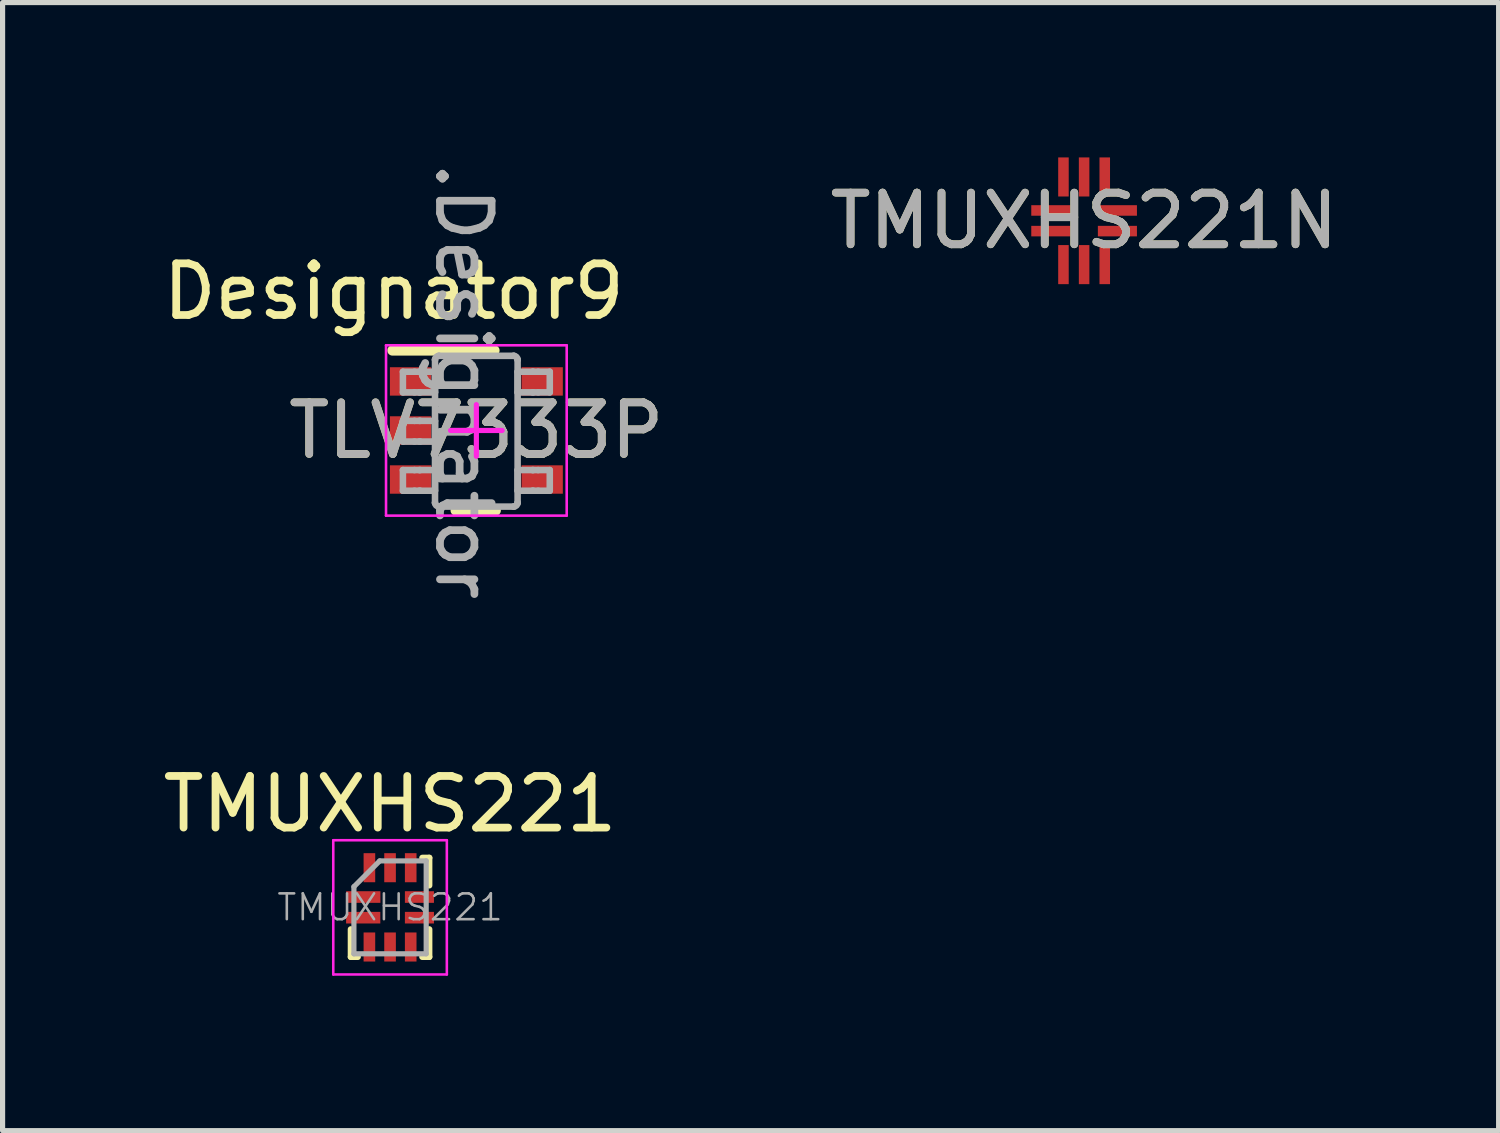
<source format=kicad_pcb>
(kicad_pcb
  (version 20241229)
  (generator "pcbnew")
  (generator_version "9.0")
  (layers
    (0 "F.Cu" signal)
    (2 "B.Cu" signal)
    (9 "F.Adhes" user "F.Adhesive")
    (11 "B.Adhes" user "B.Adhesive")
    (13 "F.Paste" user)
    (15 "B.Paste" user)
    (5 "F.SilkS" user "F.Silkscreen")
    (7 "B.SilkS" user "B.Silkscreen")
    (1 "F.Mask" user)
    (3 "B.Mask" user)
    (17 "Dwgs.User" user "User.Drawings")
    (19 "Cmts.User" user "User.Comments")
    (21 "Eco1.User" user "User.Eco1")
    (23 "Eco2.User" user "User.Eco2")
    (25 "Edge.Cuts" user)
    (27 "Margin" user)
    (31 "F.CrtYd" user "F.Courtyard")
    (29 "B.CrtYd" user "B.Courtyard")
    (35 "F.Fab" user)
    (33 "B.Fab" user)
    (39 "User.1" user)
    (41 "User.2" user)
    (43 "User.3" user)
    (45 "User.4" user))
  (footprint "TMUXHS221"
    (layer "F.Cu")
    (at 4.506 14.527)
    (property "Reference" "TMUXHS221" (at 0 -2 0) (layer "F.SilkS") (effects (font (size 1 1) (thickness 0.15))))
    (attr smd)
    (fp_line (start -0.76 0.96) (end -0.76 0.425) (stroke (width 0.12) (type solid)) (layer "F.SilkS"))
    (fp_line (start -0.625 0.96) (end -0.76 0.96) (stroke (width 0.12) (type solid)) (layer "F.SilkS"))
    (fp_line (start 0.76 -0.96) (end 0.625 -0.96) (stroke (width 0.12) (type solid)) (layer "F.SilkS"))
    (fp_line (start 0.76 -0.425) (end 0.76 -0.96) (stroke (width 0.12) (type solid)) (layer "F.SilkS"))
    (fp_line (start 0.76 0.96) (end 0.625 0.96) (stroke (width 0.12) (type solid)) (layer "F.SilkS"))
    (fp_line (start 0.76 0.96) (end 0.76 0.425) (stroke (width 0.12) (type solid)) (layer "F.SilkS"))
    (fp_line (start -1.1 1.3) (end -1.1 -1.3) (stroke (width 0.05) (type solid)) (layer "F.CrtYd"))
    (fp_line (start -1.1 1.3) (end 1.1 1.3) (stroke (width 0.05) (type solid)) (layer "F.CrtYd"))
    (fp_line (start 1.1 -1.3) (end -1.1 -1.3) (stroke (width 0.05) (type solid)) (layer "F.CrtYd"))
    (fp_line (start 1.1 -1.3) (end 1.1 1.3) (stroke (width 0.05) (type solid)) (layer "F.CrtYd"))
    (fp_line (start -0.7 -0.4) (end -0.7 0.9) (stroke (width 0.1) (type solid)) (layer "F.Fab"))
    (fp_line (start -0.7 0.9) (end 0.7 0.9) (stroke (width 0.1) (type solid)) (layer "F.Fab"))
    (fp_line (start -0.2 -0.9) (end -0.7 -0.4) (stroke (width 0.1) (type solid)) (layer "F.Fab"))
    (fp_line (start -0.2 -0.9) (end 0.7 -0.9) (stroke (width 0.1) (type solid)) (layer "F.Fab"))
    (fp_line (start 0.7 -0.9) (end 0.7 0.9) (stroke (width 0.1) (type solid)) (layer "F.Fab"))
    (fp_text user "${REFERENCE}" (at 0 0 0) (layer "F.Fab") (effects (font (size 0.5 0.5) (thickness 0.05))))
    (pad "1" smd rect (at -0.518 -0.2) (size 0.663 0.225) (layers "F.Cu" "F.Mask" "F.Paste"))
    (pad "2" smd rect (at -0.52 0.2) (size 0.663 0.225) (layers "F.Cu" "F.Mask" "F.Paste"))
    (pad "3" smd rect (at -0.4 0.768) (size 0.225 0.563) (layers "F.Cu" "F.Mask" "F.Paste"))
    (pad "4" smd rect (at 0 0.768) (size 0.225 0.563) (layers "F.Cu" "F.Mask" "F.Paste"))
    (pad "5" smd rect (at 0.4 0.768) (size 0.225 0.563) (layers "F.Cu" "F.Mask" "F.Paste"))
    (pad "6" smd rect (at 0.569 0.2) (size 0.563 0.225) (layers "F.Cu" "F.Mask" "F.Paste"))
    (pad "7" smd rect (at 0.569 -0.2) (size 0.563 0.225) (layers "F.Cu" "F.Mask" "F.Paste"))
    (pad "8" smd rect (at 0.4 -0.768) (size 0.225 0.563) (layers "F.Cu" "F.Mask" "F.Paste"))
    (pad "9" smd rect (at 0 -0.768) (size 0.225 0.563) (layers "F.Cu" "F.Mask" "F.Paste"))
    (pad "10" smd rect (at -0.4 -0.768) (size 0.225 0.563) (layers "F.Cu" "F.Mask" "F.Paste")))
  (footprint "TLV7333P"
    (layer "F.Cu")
    (at 6.178 5.289)
    (property "Reference" "TLV7333P" (at 0 0 0) (unlocked yes) (layer "F.SilkS") (effects (font (size 1 1) (thickness 0.15))))
    (attr smd)
    (fp_line (start -1.625 -1.55) (end 0.35 -1.55) (stroke (width 0.2) (type solid)) (layer "F.SilkS"))
    (fp_line (start -0.4 1.55) (end 0.375 1.55) (stroke (width 0.2) (type solid)) (layer "F.SilkS"))
    (fp_line (start -1.75 -1.65) (end 1.75 -1.65) (stroke (width 0.05) (type solid)) (layer "F.CrtYd"))
    (fp_line (start -1.75 1.65) (end -1.75 -1.65) (stroke (width 0.05) (type solid)) (layer "F.CrtYd"))
    (fp_line (start -1.75 1.65) (end 1.75 1.65) (stroke (width 0.05) (type solid)) (layer "F.CrtYd"))
    (fp_line (start -0.5 0) (end 0.5 0) (stroke (width 0.1) (type solid)) (layer "F.CrtYd"))
    (fp_line (start 0 0.5) (end 0 -0.5) (stroke (width 0.1) (type solid)) (layer "F.CrtYd"))
    (fp_line (start 1.75 1.65) (end 1.75 -1.65) (stroke (width 0.05) (type solid)) (layer "F.CrtYd"))
    (fp_line (start -1.423 -1.138) (end -1.199 -1.138) (stroke (width 0.127) (type solid)) (layer "F.Fab"))
    (fp_line (start -1.423 -0.738) (end -1.423 -1.138) (stroke (width 0.127) (type solid)) (layer "F.Fab"))
    (fp_line (start -1.423 -0.738) (end -1.199 -0.738) (stroke (width 0.127) (type solid)) (layer "F.Fab"))
    (fp_line (start -1.423 -0.186) (end -1.199 -0.186) (stroke (width 0.127) (type solid)) (layer "F.Fab"))
    (fp_line (start -1.423 0.215) (end -1.423 -0.186) (stroke (width 0.127) (type solid)) (layer "F.Fab"))
    (fp_line (start -1.423 0.215) (end -1.199 0.215) (stroke (width 0.127) (type solid)) (layer "F.Fab"))
    (fp_line (start -1.423 0.767) (end -1.199 0.767) (stroke (width 0.127) (type solid)) (layer "F.Fab"))
    (fp_line (start -1.423 1.167) (end -1.423 0.767) (stroke (width 0.127) (type solid)) (layer "F.Fab"))
    (fp_line (start -1.423 1.167) (end -1.199 1.167) (stroke (width 0.127) (type solid)) (layer "F.Fab"))
    (fp_line (start -1.199 -1.138) (end -1.105 -1.138) (stroke (width 0.127) (type solid)) (layer "F.Fab"))
    (fp_line (start -1.199 -0.738) (end -1.105 -0.738) (stroke (width 0.127) (type solid)) (layer "F.Fab"))
    (fp_line (start -1.199 -0.186) (end -1.105 -0.186) (stroke (width 0.127) (type solid)) (layer "F.Fab"))
    (fp_line (start -1.199 0.215) (end -1.105 0.215) (stroke (width 0.127) (type solid)) (layer "F.Fab"))
    (fp_line (start -1.199 0.767) (end -1.105 0.767) (stroke (width 0.127) (type solid)) (layer "F.Fab"))
    (fp_line (start -1.199 1.167) (end -1.105 1.167) (stroke (width 0.127) (type solid)) (layer "F.Fab"))
    (fp_line (start -1.105 -1.138) (end -1.088 -1.138) (stroke (width 0.127) (type solid)) (layer "F.Fab"))
    (fp_line (start -1.105 -0.738) (end -1.088 -0.738) (stroke (width 0.127) (type solid)) (layer "F.Fab"))
    (fp_line (start -1.105 -0.186) (end -1.088 -0.186) (stroke (width 0.127) (type solid)) (layer "F.Fab"))
    (fp_line (start -1.105 0.215) (end -1.088 0.215) (stroke (width 0.127) (type solid)) (layer "F.Fab"))
    (fp_line (start -1.105 0.767) (end -1.088 0.767) (stroke (width 0.127) (type solid)) (layer "F.Fab"))
    (fp_line (start -1.105 1.167) (end -1.088 1.167) (stroke (width 0.127) (type solid)) (layer "F.Fab"))
    (fp_line (start -1.088 -1.138) (end -0.835 -1.138) (stroke (width 0.127) (type solid)) (layer "F.Fab"))
    (fp_line (start -1.088 -0.738) (end -0.835 -0.738) (stroke (width 0.127) (type solid)) (layer "F.Fab"))
    (fp_line (start -1.088 -0.186) (end -0.835 -0.186) (stroke (width 0.127) (type solid)) (layer "F.Fab"))
    (fp_line (start -1.088 0.215) (end -0.835 0.215) (stroke (width 0.127) (type solid)) (layer "F.Fab"))
    (fp_line (start -1.088 0.767) (end -0.835 0.767) (stroke (width 0.127) (type solid)) (layer "F.Fab"))
    (fp_line (start -1.088 1.167) (end -0.835 1.167) (stroke (width 0.127) (type solid)) (layer "F.Fab"))
    (fp_line (start -0.835 -1.138) (end -0.801 -1.138) (stroke (width 0.127) (type solid)) (layer "F.Fab"))
    (fp_line (start -0.835 -0.738) (end -0.801 -0.738) (stroke (width 0.127) (type solid)) (layer "F.Fab"))
    (fp_line (start -0.835 -0.186) (end -0.801 -0.186) (stroke (width 0.127) (type solid)) (layer "F.Fab"))
    (fp_line (start -0.835 0.215) (end -0.801 0.215) (stroke (width 0.127) (type solid)) (layer "F.Fab"))
    (fp_line (start -0.835 0.767) (end -0.801 0.767) (stroke (width 0.127) (type solid)) (layer "F.Fab"))
    (fp_line (start -0.835 1.167) (end -0.801 1.167) (stroke (width 0.127) (type solid)) (layer "F.Fab"))
    (fp_line (start -0.801 -1.37) (end -0.801 -1.371) (stroke (width 0.127) (type solid)) (layer "F.Fab"))
    (fp_line (start -0.801 -0.738) (end -0.801 -1.138) (stroke (width 0.127) (type solid)) (layer "F.Fab"))
    (fp_line (start -0.801 0.215) (end -0.801 -0.186) (stroke (width 0.127) (type solid)) (layer "F.Fab"))
    (fp_line (start -0.801 1.167) (end -0.801 0.767) (stroke (width 0.127) (type solid)) (layer "F.Fab"))
    (fp_line (start -0.801 1.399) (end -0.801 -1.37) (stroke (width 0.127) (type solid)) (layer "F.Fab"))
    (fp_line (start -0.801 1.4) (end -0.801 1.399) (stroke (width 0.127) (type solid)) (layer "F.Fab"))
    (fp_line (start -0.725 -1.446) (end -0.725 -1.446) (stroke (width 0.127) (type solid)) (layer "F.Fab"))
    (fp_line (start -0.725 1.475) (end -0.725 1.475) (stroke (width 0.127) (type solid)) (layer "F.Fab"))
    (fp_line (start -0.725 -1.446) (end 0.723 -1.446) (stroke (width 0.127) (type solid)) (layer "F.Fab"))
    (fp_line (start -0.725 1.475) (end 0.723 1.475) (stroke (width 0.127) (type solid)) (layer "F.Fab"))
    (fp_line (start 0.723 -1.446) (end 0.724 -1.446) (stroke (width 0.127) (type solid)) (layer "F.Fab"))
    (fp_line (start 0.723 1.475) (end 0.724 1.475) (stroke (width 0.127) (type solid)) (layer "F.Fab"))
    (fp_line (start 0.799 -1.37) (end 0.799 -1.371) (stroke (width 0.127) (type solid)) (layer "F.Fab"))
    (fp_line (start 0.799 -1.138) (end 0.834 -1.138) (stroke (width 0.127) (type solid)) (layer "F.Fab"))
    (fp_line (start 0.799 -0.738) (end 0.799 -1.138) (stroke (width 0.127) (type solid)) (layer "F.Fab"))
    (fp_line (start 0.799 -0.738) (end 0.834 -0.738) (stroke (width 0.127) (type solid)) (layer "F.Fab"))
    (fp_line (start 0.799 0.767) (end 0.834 0.767) (stroke (width 0.127) (type solid)) (layer "F.Fab"))
    (fp_line (start 0.799 1.167) (end 0.799 0.767) (stroke (width 0.127) (type solid)) (layer "F.Fab"))
    (fp_line (start 0.799 1.167) (end 0.834 1.167) (stroke (width 0.127) (type solid)) (layer "F.Fab"))
    (fp_line (start 0.799 1.399) (end 0.799 -1.37) (stroke (width 0.127) (type solid)) (layer "F.Fab"))
    (fp_line (start 0.799 1.4) (end 0.799 1.399) (stroke (width 0.127) (type solid)) (layer "F.Fab"))
    (fp_line (start 0.834 -1.138) (end 1.087 -1.138) (stroke (width 0.127) (type solid)) (layer "F.Fab"))
    (fp_line (start 0.834 -0.738) (end 1.087 -0.738) (stroke (width 0.127) (type solid)) (layer "F.Fab"))
    (fp_line (start 0.834 0.767) (end 1.087 0.767) (stroke (width 0.127) (type solid)) (layer "F.Fab"))
    (fp_line (start 0.834 1.167) (end 1.087 1.167) (stroke (width 0.127) (type solid)) (layer "F.Fab"))
    (fp_line (start 1.087 -1.138) (end 1.103 -1.138) (stroke (width 0.127) (type solid)) (layer "F.Fab"))
    (fp_line (start 1.087 -0.738) (end 1.103 -0.738) (stroke (width 0.127) (type solid)) (layer "F.Fab"))
    (fp_line (start 1.087 0.767) (end 1.103 0.767) (stroke (width 0.127) (type solid)) (layer "F.Fab"))
    (fp_line (start 1.087 1.167) (end 1.103 1.167) (stroke (width 0.127) (type solid)) (layer "F.Fab"))
    (fp_line (start 1.103 -1.138) (end 1.198 -1.138) (stroke (width 0.127) (type solid)) (layer "F.Fab"))
    (fp_line (start 1.103 -0.738) (end 1.198 -0.738) (stroke (width 0.127) (type solid)) (layer "F.Fab"))
    (fp_line (start 1.103 0.767) (end 1.198 0.767) (stroke (width 0.127) (type solid)) (layer "F.Fab"))
    (fp_line (start 1.103 1.167) (end 1.198 1.167) (stroke (width 0.127) (type solid)) (layer "F.Fab"))
    (fp_line (start 1.198 -1.138) (end 1.422 -1.138) (stroke (width 0.127) (type solid)) (layer "F.Fab"))
    (fp_line (start 1.198 -0.738) (end 1.422 -0.738) (stroke (width 0.127) (type solid)) (layer "F.Fab"))
    (fp_line (start 1.198 0.767) (end 1.422 0.767) (stroke (width 0.127) (type solid)) (layer "F.Fab"))
    (fp_line (start 1.198 1.167) (end 1.422 1.167) (stroke (width 0.127) (type solid)) (layer "F.Fab"))
    (fp_line (start 1.422 -0.738) (end 1.422 -1.138) (stroke (width 0.127) (type solid)) (layer "F.Fab"))
    (fp_line (start 1.422 1.167) (end 1.422 0.767) (stroke (width 0.127) (type solid)) (layer "F.Fab"))
    (fp_arc (start -0.80074 -1.37084) (mid -0.778218 -1.423887) (end -0.724999 -1.445998) (stroke (width 0.127) (type solid)) (layer "F.Fab"))
    (fp_arc (start -0.724999 1.475) (mid -0.778213 1.452901) (end -0.80074 1.399867) (stroke (width 0.127) (type solid)) (layer "F.Fab"))
    (fp_arc (start 0.723714 -1.445998) (mid 0.776933 -1.423887) (end 0.799455 -1.37084) (stroke (width 0.127) (type solid)) (layer "F.Fab"))
    (fp_arc (start 0.799455 1.399868) (mid 0.776927 1.452901) (end 0.723713 1.475) (stroke (width 0.127) (type solid)) (layer "F.Fab"))
    (fp_text user "Designator9" (at -1.6 -2.692 0) (unlocked yes) (layer "F.SilkS") (effects (font (size 1 1) (thickness 0.15))))
    (fp_text user "${REFERENCE}" (at 0 0 0) (unlocked yes) (layer "F.Fab") (effects (font (size 1 1) (thickness 0.15))))
    (fp_text user ".Designator" (at -0.25 -0.95 270) (unlocked yes) (layer "F.Fab") (effects (font (size 1 1) (thickness 0.15))))
    (pad "1" smd rect (at -1.275 -0.95 90) (size 0.55 0.8) (layers "F.Cu" "F.Mask" "F.Paste"))
    (pad "2" smd rect (at -1.275 0 90) (size 0.55 0.8) (layers "F.Cu" "F.Mask" "F.Paste"))
    (pad "3" smd rect (at -1.275 0.95 90) (size 0.55 0.8) (layers "F.Cu" "F.Mask" "F.Paste"))
    (pad "4" smd rect (at 1.275 0.95 90) (size 0.55 0.8) (layers "F.Cu" "F.Mask" "F.Paste"))
    (pad "5" smd rect (at 1.275 -0.95 90) (size 0.55 0.8) (layers "F.Cu" "F.Mask" "F.Paste")))
  (footprint "TMUXHS221N"
    (layer "F.Cu")
    (at 17.951 1.227)
    (property "Reference" "TMUXHS221N" (at 0 0 0) (unlocked yes) (layer "F.SilkS") (effects (font (size 1 1) (thickness 0.15))))
    (attr smd)
    (fp_text user "${REFERENCE}" (at 0 0 0) (unlocked yes) (layer "F.Fab") (effects (font (size 1 1) (thickness 0.15))))
    (pad "1" smd rect (at -0.645 -0.2 90) (size 0.204 0.757) (layers "F.Cu" "F.Mask" "F.Paste"))
    (pad "2" smd rect (at -0.645 0.2 90) (size 0.204 0.757) (layers "F.Cu" "F.Mask" "F.Paste"))
    (pad "3" smd rect (at -0.4 0.849) (size 0.204 0.757) (layers "F.Cu" "F.Mask" "F.Paste"))
    (pad "4" smd rect (at 0 0.849) (size 0.204 0.757) (layers "F.Cu" "F.Mask" "F.Paste"))
    (pad "5" smd rect (at 0.4 0.849) (size 0.204 0.757) (layers "F.Cu" "F.Mask" "F.Paste"))
    (pad "6" smd rect (at 0.645 0.2 90) (size 0.204 0.757) (layers "F.Cu" "F.Mask" "F.Paste"))
    (pad "7" smd rect (at 0.645 -0.2 90) (size 0.204 0.757) (layers "F.Cu" "F.Mask" "F.Paste"))
    (pad "8" smd rect (at 0.4 -0.849) (size 0.204 0.757) (layers "F.Cu" "F.Mask" "F.Paste"))
    (pad "9" smd rect (at 0 -0.849) (size 0.204 0.757) (layers "F.Cu" "F.Mask" "F.Paste"))
    (pad "10" smd rect (at -0.4 -0.849) (size 0.204 0.757) (layers "F.Cu" "F.Mask" "F.Paste")))
  (gr_rect
    (start -3 -3)
    (end 25.981 18.852)
    (stroke (width 0.1) (type default))
    (fill no)
    (layer "Edge.Cuts")))
</source>
